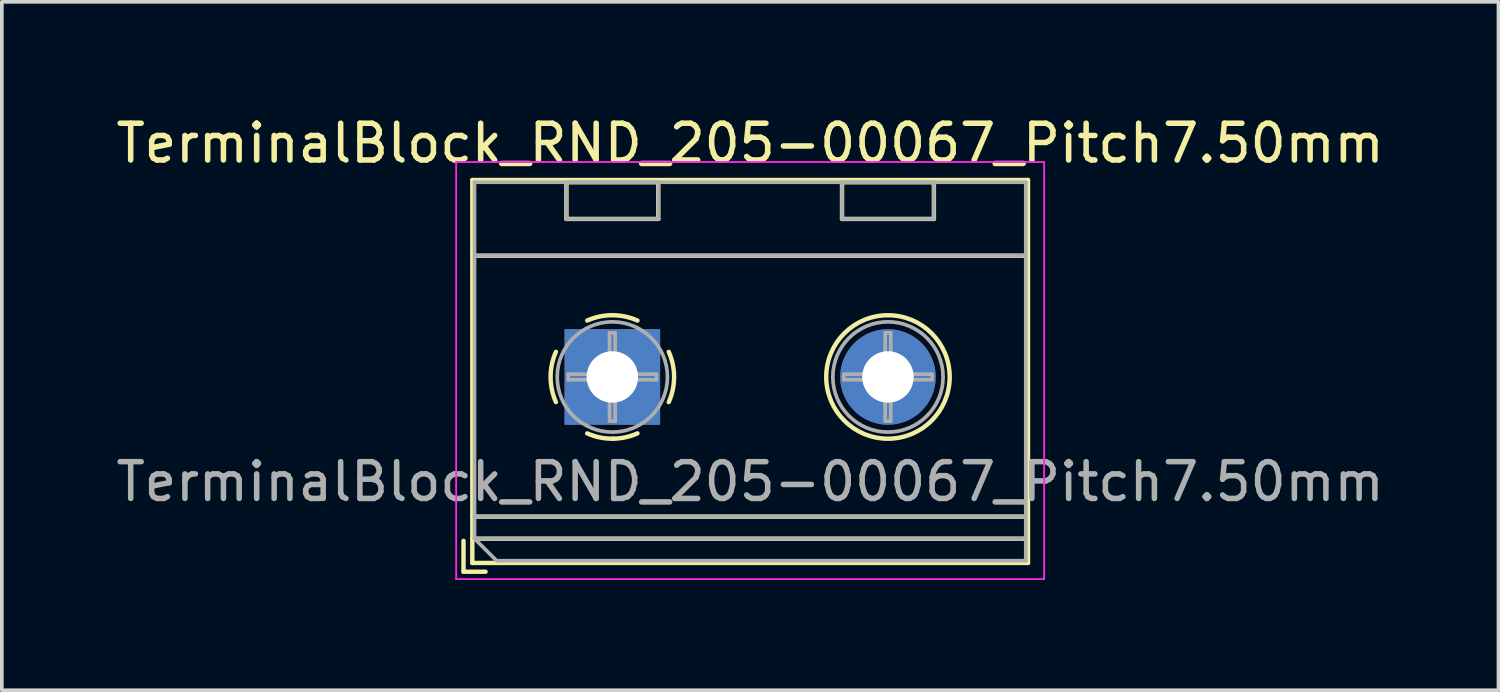
<source format=kicad_pcb>
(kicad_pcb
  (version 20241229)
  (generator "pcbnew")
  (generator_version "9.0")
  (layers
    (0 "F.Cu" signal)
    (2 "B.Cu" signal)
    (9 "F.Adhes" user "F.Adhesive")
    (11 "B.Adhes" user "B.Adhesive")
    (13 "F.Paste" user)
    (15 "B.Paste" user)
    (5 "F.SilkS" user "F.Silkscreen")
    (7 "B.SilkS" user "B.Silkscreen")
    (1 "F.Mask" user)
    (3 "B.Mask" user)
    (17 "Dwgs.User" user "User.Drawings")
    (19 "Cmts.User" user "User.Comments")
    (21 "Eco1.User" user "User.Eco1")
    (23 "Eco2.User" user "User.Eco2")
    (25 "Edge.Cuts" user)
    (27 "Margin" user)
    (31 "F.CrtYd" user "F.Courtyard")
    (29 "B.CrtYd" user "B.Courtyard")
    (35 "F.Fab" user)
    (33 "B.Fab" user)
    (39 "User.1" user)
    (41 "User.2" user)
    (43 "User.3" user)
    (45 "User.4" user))
  (footprint "TerminalBlock_RND_205-00067_Pitch7.50mm"
    (layer "F.Cu")
    (at 13.613 7.208)
    (property "Reference" "TerminalBlock_RND_205-00067_Pitch7.50mm" (at 3.75 -6.36 0) (layer "F.SilkS") (effects (font (size 1 1) (thickness 0.15))))
    (attr through_hole)
    (fp_line (start -4.05 4.46) (end -4.05 5.3) (stroke (width 0.12) (type solid)) (layer "F.SilkS"))
    (fp_line (start -4.05 5.3) (end -3.45 5.3) (stroke (width 0.12) (type solid)) (layer "F.SilkS"))
    (fp_line (start -3.81 -5.36) (end -3.81 5.06) (stroke (width 0.12) (type solid)) (layer "F.SilkS"))
    (fp_line (start -3.81 -3.3) (end 11.31 -3.3) (stroke (width 0.12) (type solid)) (layer "F.SilkS"))
    (fp_line (start -3.81 3.8) (end 11.31 3.8) (stroke (width 0.12) (type solid)) (layer "F.SilkS"))
    (fp_line (start -3.81 4.4) (end 11.31 4.4) (stroke (width 0.12) (type solid)) (layer "F.SilkS"))
    (fp_line (start -3.81 5.06) (end 11.31 5.06) (stroke (width 0.12) (type solid)) (layer "F.SilkS"))
    (fp_line (start -1.25 -5.301) (end -1.25 -4.301) (stroke (width 0.12) (type solid)) (layer "F.SilkS"))
    (fp_line (start -1.25 -5.301) (end 1.25 -5.301) (stroke (width 0.12) (type solid)) (layer "F.SilkS"))
    (fp_line (start -1.25 -4.301) (end 1.25 -4.301) (stroke (width 0.12) (type solid)) (layer "F.SilkS"))
    (fp_line (start 1.25 -5.301) (end 1.25 -4.301) (stroke (width 0.12) (type solid)) (layer "F.SilkS"))
    (fp_line (start 6.25 -5.301) (end 6.25 -4.301) (stroke (width 0.12) (type solid)) (layer "F.SilkS"))
    (fp_line (start 6.25 -5.301) (end 8.75 -5.301) (stroke (width 0.12) (type solid)) (layer "F.SilkS"))
    (fp_line (start 6.25 -4.301) (end 8.75 -4.301) (stroke (width 0.12) (type solid)) (layer "F.SilkS"))
    (fp_line (start 8.75 -5.301) (end 8.75 -4.301) (stroke (width 0.12) (type solid)) (layer "F.SilkS"))
    (fp_line (start 11.31 -5.36) (end -3.81 -5.36) (stroke (width 0.12) (type solid)) (layer "F.SilkS"))
    (fp_line (start 11.31 5.06) (end 11.31 -5.36) (stroke (width 0.12) (type solid)) (layer "F.SilkS"))
    (fp_arc (start -1.535427 0.683042) (mid -1.680501 -0.000524) (end -1.535 -0.684) (stroke (width 0.12) (type solid)) (layer "F.SilkS"))
    (fp_arc (start -0.683042 -1.535427) (mid 0.000524 -1.680501) (end 0.684 -1.535) (stroke (width 0.12) (type solid)) (layer "F.SilkS"))
    (fp_arc (start 0.028805 1.680253) (mid -0.335551 1.646659) (end -0.684 1.535) (stroke (width 0.12) (type solid)) (layer "F.SilkS"))
    (fp_arc (start 0.683318 1.534756) (mid 0.349292 1.643288) (end 0 1.68) (stroke (width 0.12) (type solid)) (layer "F.SilkS"))
    (fp_arc (start 1.535427 -0.683042) (mid 1.680501 0.000524) (end 1.535 0.684) (stroke (width 0.12) (type solid)) (layer "F.SilkS"))
    (fp_circle (center 7.5 0) (end 9.18 0) (stroke (width 0.12) (type solid)) (fill no) (layer "F.SilkS"))
    (fp_line (start -4.25 -5.85) (end -4.25 5.5) (stroke (width 0.05) (type solid)) (layer "F.CrtYd"))
    (fp_line (start -4.25 5.5) (end 11.75 5.5) (stroke (width 0.05) (type solid)) (layer "F.CrtYd"))
    (fp_line (start 11.75 -5.85) (end -4.25 -5.85) (stroke (width 0.05) (type solid)) (layer "F.CrtYd"))
    (fp_line (start 11.75 5.5) (end 11.75 -5.85) (stroke (width 0.05) (type solid)) (layer "F.CrtYd"))
    (fp_line (start -3.75 -5.3) (end 11.25 -5.3) (stroke (width 0.1) (type solid)) (layer "F.Fab"))
    (fp_line (start -3.75 -3.3) (end 11.25 -3.3) (stroke (width 0.1) (type solid)) (layer "F.Fab"))
    (fp_line (start -3.75 3.8) (end 11.25 3.8) (stroke (width 0.1) (type solid)) (layer "F.Fab"))
    (fp_line (start -3.75 4.4) (end -3.75 -5.3) (stroke (width 0.1) (type solid)) (layer "F.Fab"))
    (fp_line (start -3.75 4.4) (end 11.25 4.4) (stroke (width 0.1) (type solid)) (layer "F.Fab"))
    (fp_line (start -3.15 5) (end -3.75 4.4) (stroke (width 0.1) (type solid)) (layer "F.Fab"))
    (fp_line (start -1.25 -5.3) (end -1.25 -4.3) (stroke (width 0.1) (type solid)) (layer "F.Fab"))
    (fp_line (start -1.25 -4.3) (end 1.25 -4.3) (stroke (width 0.1) (type solid)) (layer "F.Fab"))
    (fp_line (start -1.201 -0.076) (end -0.076 -0.076) (stroke (width 0.1) (type solid)) (layer "F.Fab"))
    (fp_line (start -1.201 0.076) (end -1.201 -0.076) (stroke (width 0.1) (type solid)) (layer "F.Fab"))
    (fp_line (start -0.076 -1.201) (end 0.076 -1.201) (stroke (width 0.1) (type solid)) (layer "F.Fab"))
    (fp_line (start -0.076 -0.076) (end -0.076 -1.201) (stroke (width 0.1) (type solid)) (layer "F.Fab"))
    (fp_line (start -0.076 0.076) (end -1.201 0.076) (stroke (width 0.1) (type solid)) (layer "F.Fab"))
    (fp_line (start -0.076 1.201) (end -0.076 0.076) (stroke (width 0.1) (type solid)) (layer "F.Fab"))
    (fp_line (start 0.076 -1.201) (end 0.076 -0.076) (stroke (width 0.1) (type solid)) (layer "F.Fab"))
    (fp_line (start 0.076 -0.076) (end 1.201 -0.076) (stroke (width 0.1) (type solid)) (layer "F.Fab"))
    (fp_line (start 0.076 0.076) (end 0.076 1.201) (stroke (width 0.1) (type solid)) (layer "F.Fab"))
    (fp_line (start 0.076 1.201) (end -0.076 1.201) (stroke (width 0.1) (type solid)) (layer "F.Fab"))
    (fp_line (start 1.201 -0.076) (end 1.201 0.076) (stroke (width 0.1) (type solid)) (layer "F.Fab"))
    (fp_line (start 1.201 0.076) (end 0.076 0.076) (stroke (width 0.1) (type solid)) (layer "F.Fab"))
    (fp_line (start 1.25 -5.3) (end -1.25 -5.3) (stroke (width 0.1) (type solid)) (layer "F.Fab"))
    (fp_line (start 1.25 -4.3) (end 1.25 -5.3) (stroke (width 0.1) (type solid)) (layer "F.Fab"))
    (fp_line (start 6.25 -5.3) (end 6.25 -4.3) (stroke (width 0.1) (type solid)) (layer "F.Fab"))
    (fp_line (start 6.25 -4.3) (end 8.75 -4.3) (stroke (width 0.1) (type solid)) (layer "F.Fab"))
    (fp_line (start 6.299 -0.076) (end 7.424 -0.076) (stroke (width 0.1) (type solid)) (layer "F.Fab"))
    (fp_line (start 6.299 0.076) (end 6.299 -0.076) (stroke (width 0.1) (type solid)) (layer "F.Fab"))
    (fp_line (start 7.424 -1.201) (end 7.576 -1.201) (stroke (width 0.1) (type solid)) (layer "F.Fab"))
    (fp_line (start 7.424 -0.076) (end 7.424 -1.201) (stroke (width 0.1) (type solid)) (layer "F.Fab"))
    (fp_line (start 7.424 0.076) (end 6.299 0.076) (stroke (width 0.1) (type solid)) (layer "F.Fab"))
    (fp_line (start 7.424 1.201) (end 7.424 0.076) (stroke (width 0.1) (type solid)) (layer "F.Fab"))
    (fp_line (start 7.576 -1.201) (end 7.576 -0.076) (stroke (width 0.1) (type solid)) (layer "F.Fab"))
    (fp_line (start 7.576 -0.076) (end 8.701 -0.076) (stroke (width 0.1) (type solid)) (layer "F.Fab"))
    (fp_line (start 7.576 0.076) (end 7.576 1.201) (stroke (width 0.1) (type solid)) (layer "F.Fab"))
    (fp_line (start 7.576 1.201) (end 7.424 1.201) (stroke (width 0.1) (type solid)) (layer "F.Fab"))
    (fp_line (start 8.701 -0.076) (end 8.701 0.076) (stroke (width 0.1) (type solid)) (layer "F.Fab"))
    (fp_line (start 8.701 0.076) (end 7.576 0.076) (stroke (width 0.1) (type solid)) (layer "F.Fab"))
    (fp_line (start 8.75 -5.3) (end 6.25 -5.3) (stroke (width 0.1) (type solid)) (layer "F.Fab"))
    (fp_line (start 8.75 -4.3) (end 8.75 -5.3) (stroke (width 0.1) (type solid)) (layer "F.Fab"))
    (fp_line (start 11.25 -5.3) (end 11.25 5) (stroke (width 0.1) (type solid)) (layer "F.Fab"))
    (fp_line (start 11.25 5) (end -3.15 5) (stroke (width 0.1) (type solid)) (layer "F.Fab"))
    (fp_circle (center 0 0) (end 1.5 0) (stroke (width 0.1) (type solid)) (fill no) (layer "F.Fab"))
    (fp_circle (center 7.5 0) (end 9 0) (stroke (width 0.1) (type solid)) (fill no) (layer "F.Fab"))
    (fp_text user "${REFERENCE}" (at 3.75 2.85 0) (layer "F.Fab") (effects (font (size 1 1) (thickness 0.15))))
    (pad "1" thru_hole rect (at 0 0) (size 2.6 2.6) (drill 1.4) (layers "*.Cu" "*.Mask"))
    (pad "2" thru_hole circle (at 7.5 0) (size 2.6 2.6) (drill 1.4) (layers "*.Cu" "*.Mask")))
  (gr_rect
    (start -3 -3)
    (end 37.726 15.733)
    (stroke (width 0.1) (type default))
    (fill no)
    (layer "Edge.Cuts")))
</source>
